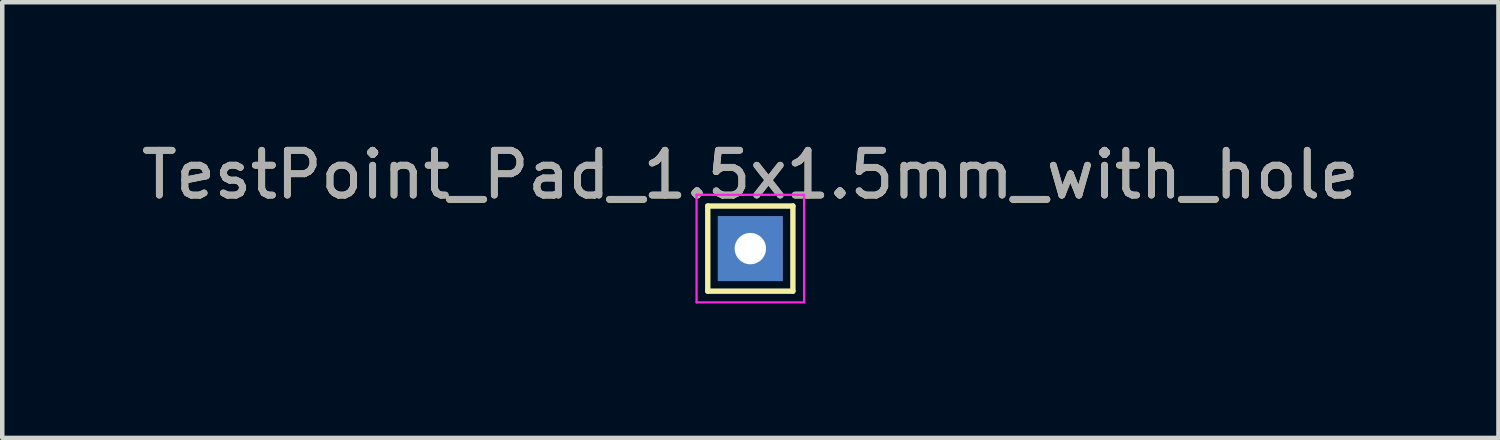
<source format=kicad_pcb>
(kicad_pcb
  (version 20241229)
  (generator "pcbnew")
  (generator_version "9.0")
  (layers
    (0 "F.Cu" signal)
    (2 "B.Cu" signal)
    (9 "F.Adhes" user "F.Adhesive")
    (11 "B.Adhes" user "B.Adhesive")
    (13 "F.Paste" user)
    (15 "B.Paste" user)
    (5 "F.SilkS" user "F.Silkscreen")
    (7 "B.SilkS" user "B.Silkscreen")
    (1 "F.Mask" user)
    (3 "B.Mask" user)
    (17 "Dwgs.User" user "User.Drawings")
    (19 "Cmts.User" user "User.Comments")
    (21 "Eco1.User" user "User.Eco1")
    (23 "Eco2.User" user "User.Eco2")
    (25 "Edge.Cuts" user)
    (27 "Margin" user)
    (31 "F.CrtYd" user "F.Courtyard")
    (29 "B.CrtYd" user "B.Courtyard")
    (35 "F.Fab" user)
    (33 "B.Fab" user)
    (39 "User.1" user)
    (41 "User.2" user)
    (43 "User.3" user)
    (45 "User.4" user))
  (footprint "TestPoint_Pad_1.5x1.5mm_with_hole"
    (layer "F.Cu")
    (at 13.696 2.498)
    (property "Reference" "TestPoint_Pad_1.5x1.5mm_with_hole" (at 0 -1.648 0) (layer "F.SilkS") (effects (font (size 1 1) (thickness 0.15))))
    (attr exclude_from_pos_files exclude_from_bom)
    (fp_line (start -0.95 -0.95) (end 0.95 -0.95) (stroke (width 0.12) (type solid)) (layer "F.SilkS"))
    (fp_line (start -0.95 0.95) (end -0.95 -0.95) (stroke (width 0.12) (type solid)) (layer "F.SilkS"))
    (fp_line (start 0.95 -0.95) (end 0.95 0.95) (stroke (width 0.12) (type solid)) (layer "F.SilkS"))
    (fp_line (start 0.95 0.95) (end -0.95 0.95) (stroke (width 0.12) (type solid)) (layer "F.SilkS"))
    (fp_line (start -1.2 -1.2) (end -1.2 1.2) (stroke (width 0.05) (type solid)) (layer "F.CrtYd"))
    (fp_line (start -1.2 -1.2) (end 1.2 -1.2) (stroke (width 0.05) (type solid)) (layer "F.CrtYd"))
    (fp_line (start 1.2 1.2) (end -1.2 1.2) (stroke (width 0.05) (type solid)) (layer "F.CrtYd"))
    (fp_line (start 1.2 1.2) (end 1.2 -1.2) (stroke (width 0.05) (type solid)) (layer "F.CrtYd"))
    (fp_text user "${REFERENCE}" (at 0 -1.65 0) (layer "F.Fab") (effects (font (size 1 1) (thickness 0.15))))
    (pad "1" thru_hole rect (at 0 0) (size 1.45 1.45) (drill 0.7) (layers "*.Cu" "*.Mask")))
  (gr_rect
    (start -3 -3)
    (end 30.393 6.723)
    (stroke (width 0.1) (type default))
    (fill no)
    (layer "Edge.Cuts")))
</source>
